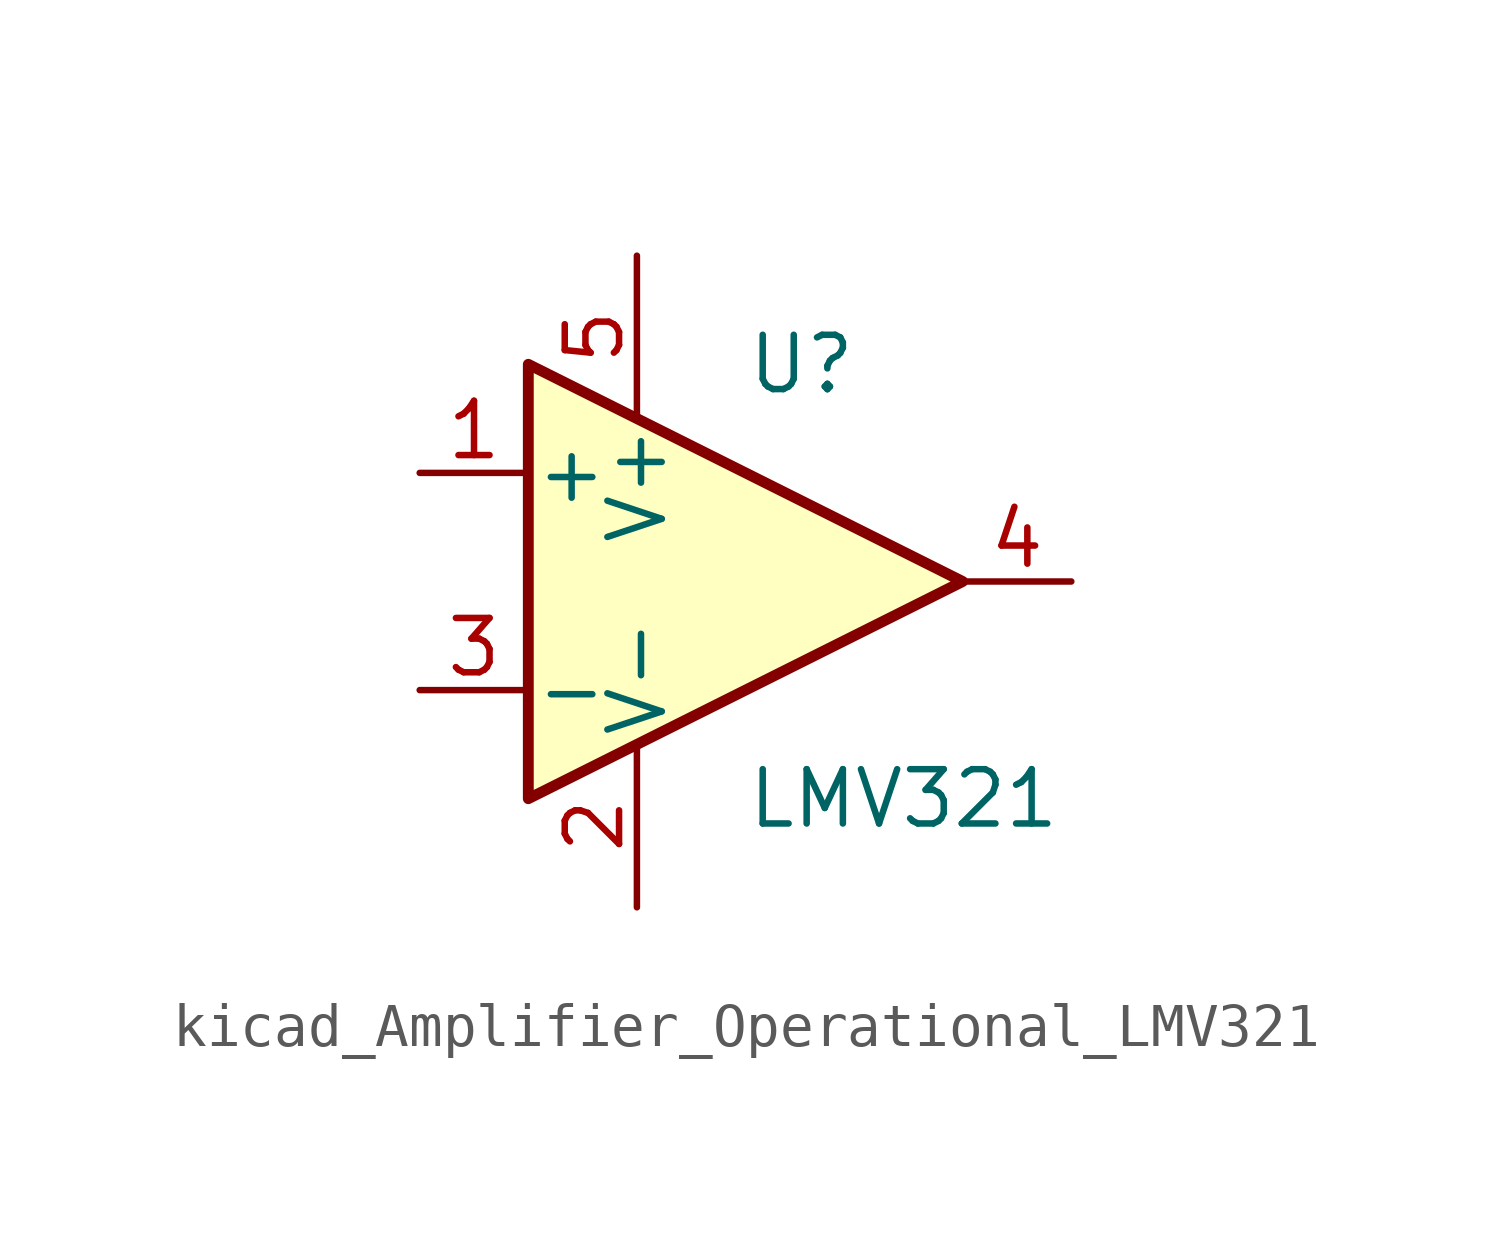
<source format=kicad_sym>
(kicad_symbol_lib
  (version 20220914)
  (generator kicad_symbol_editor)
  (symbol "kicad_Amplifier_Operational_LMV321"
    (pin_names
      (offset 0.127))
    (property "Reference" "U"
      (at 0 5.08 0)
      (effects (font (size 1.27 1.27)) (justify left)))
    (property "Value" "LMV321"
      (at 0 -5.08 0)
      (effects (font (size 1.27 1.27)) (justify left)))
    (symbol "kicad_Amplifier_Operational_LMV321_0_1"
      (polyline (pts (xy -5.08 5.08) (xy 5.08 0) (xy -5.08 -5.08) (xy -5.08 5.08)) (stroke (width 0.254) (type default)) (fill (type background)))
      (pin power_in line (at -2.54 -7.62 90) (length 3.81) (name "V-" (effects (font (size 1.27 1.27)))) (number "2" (effects (font (size 1.27 1.27)))))
      (pin power_in line (at -2.54 7.62 270) (length 3.81) (name "V+" (effects (font (size 1.27 1.27)))) (number "5" (effects (font (size 1.27 1.27))))))
    (symbol "kicad_Amplifier_Operational_LMV321_1_1"
      (pin input line (at -7.62 2.54 0) (length 2.54) (name "+" (effects (font (size 1.27 1.27)))) (number "1" (effects (font (size 1.27 1.27)))))
      (pin input line (at -7.62 -2.54 0) (length 2.54) (name "-" (effects (font (size 1.27 1.27)))) (number "3" (effects (font (size 1.27 1.27)))))
      (pin output line (at 7.62 0 180) (length 2.54) (name "~" (effects (font (size 1.27 1.27)))) (number "4" (effects (font (size 1.27 1.27))))))))
</source>
